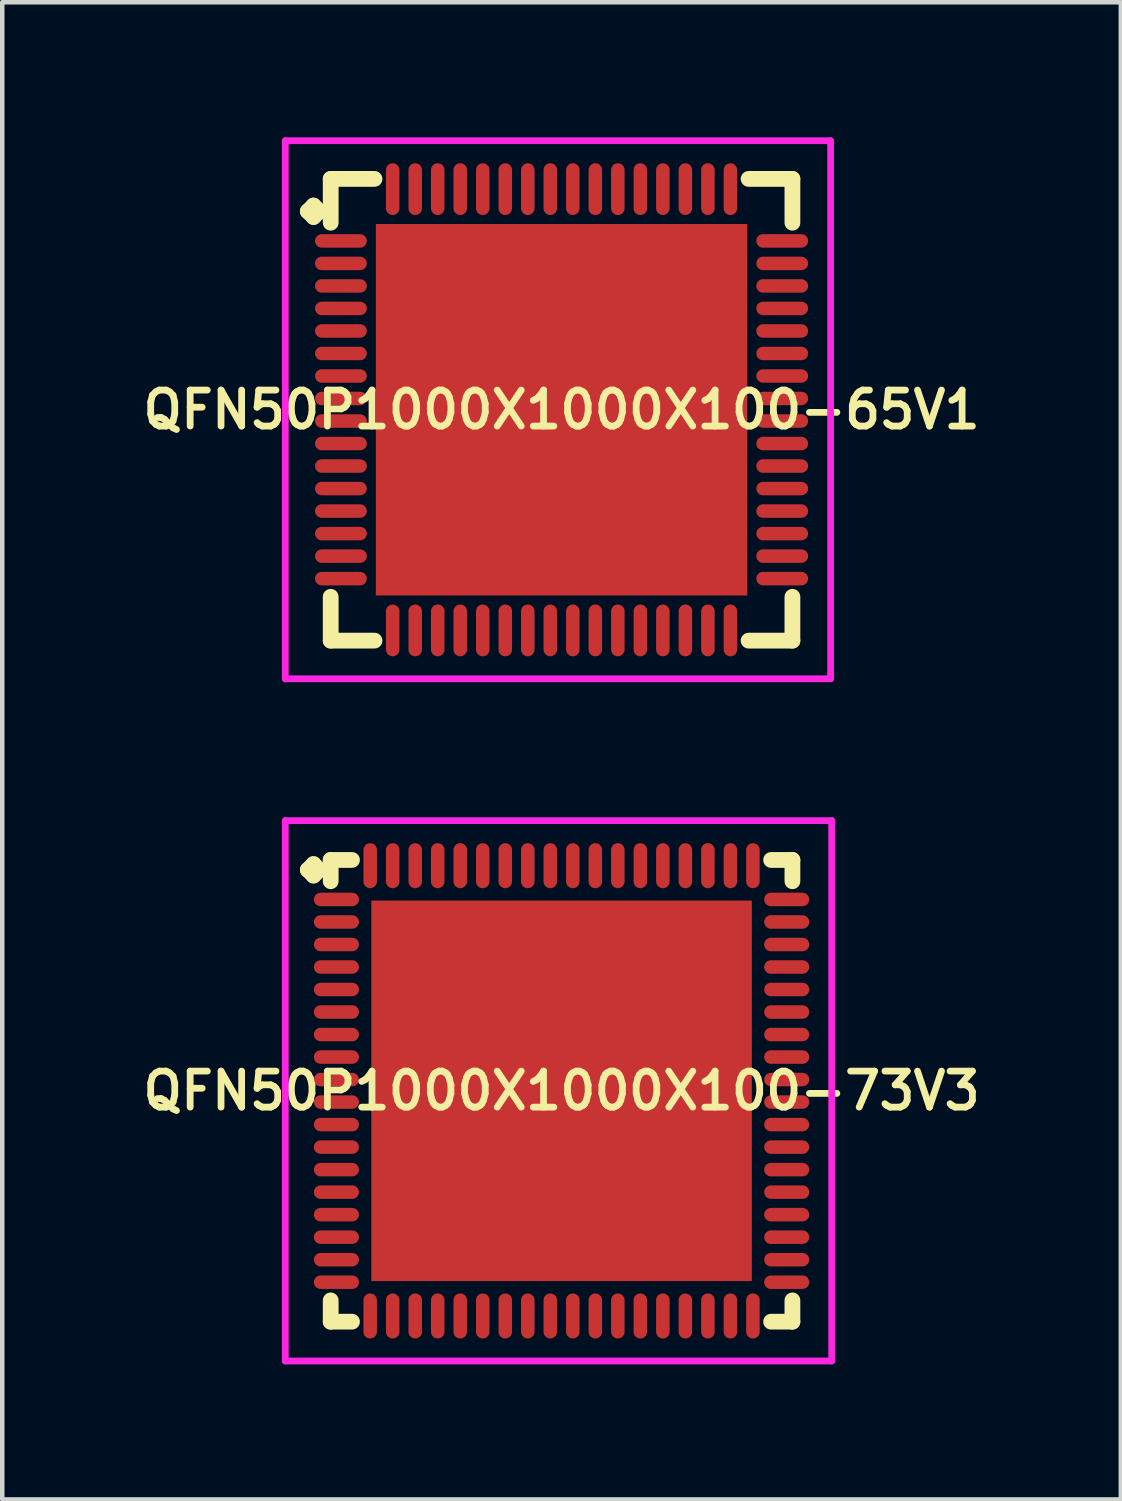
<source format=kicad_pcb>
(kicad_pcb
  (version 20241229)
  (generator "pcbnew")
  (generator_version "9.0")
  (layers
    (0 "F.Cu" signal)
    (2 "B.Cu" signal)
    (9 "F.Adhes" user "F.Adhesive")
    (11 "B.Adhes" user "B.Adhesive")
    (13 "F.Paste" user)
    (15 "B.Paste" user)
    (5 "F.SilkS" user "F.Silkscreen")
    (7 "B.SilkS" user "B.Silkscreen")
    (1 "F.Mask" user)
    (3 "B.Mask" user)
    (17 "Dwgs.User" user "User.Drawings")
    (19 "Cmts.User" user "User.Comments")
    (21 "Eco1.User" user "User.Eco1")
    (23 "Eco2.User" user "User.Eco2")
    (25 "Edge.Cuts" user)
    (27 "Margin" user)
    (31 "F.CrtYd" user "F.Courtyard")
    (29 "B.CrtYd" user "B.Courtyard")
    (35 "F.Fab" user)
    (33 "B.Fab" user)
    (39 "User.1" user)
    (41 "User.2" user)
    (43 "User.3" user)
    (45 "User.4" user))
  (footprint "QFN50P1000X1000X100-73V3"
    (layer "F.Cu")
    (at 9.421 21.175)
    (property "Reference" "QFN50P1000X1000X100-73V3" (at 0 0 0) (layer "F.SilkS") (effects (font (size 0.8 0.8) (thickness 0.15))))
    (attr smd)
    (fp_line (start -5.635 -4.908) (end -5.508 -5.035) (stroke (width 0.35) (type solid)) (layer "F.SilkS"))
    (fp_line (start -5.508 -5.035) (end -5.381 -4.908) (stroke (width 0.35) (type solid)) (layer "F.SilkS"))
    (fp_line (start -5.508 -4.781) (end -5.635 -4.908) (stroke (width 0.35) (type solid)) (layer "F.SilkS"))
    (fp_line (start -5.381 -4.908) (end -5.508 -4.781) (stroke (width 0.35) (type solid)) (layer "F.SilkS"))
    (fp_line (start -5.127 -5.127) (end -4.654 -5.127) (stroke (width 0.35) (type solid)) (layer "F.SilkS"))
    (fp_line (start -5.127 -4.654) (end -5.127 -5.127) (stroke (width 0.35) (type solid)) (layer "F.SilkS"))
    (fp_line (start -5.127 4.654) (end -5.127 5.127) (stroke (width 0.35) (type solid)) (layer "F.SilkS"))
    (fp_line (start -5.127 5.127) (end -4.654 5.127) (stroke (width 0.35) (type solid)) (layer "F.SilkS"))
    (fp_line (start 4.654 -5.127) (end 5.127 -5.127) (stroke (width 0.35) (type solid)) (layer "F.SilkS"))
    (fp_line (start 4.654 5.127) (end 5.127 5.127) (stroke (width 0.35) (type solid)) (layer "F.SilkS"))
    (fp_line (start 5.127 -5.127) (end 5.127 -4.654) (stroke (width 0.35) (type solid)) (layer "F.SilkS"))
    (fp_line (start 5.127 5.127) (end 5.127 4.654) (stroke (width 0.35) (type solid)) (layer "F.SilkS"))
    (fp_line (start -6.135 -6) (end 6 -6) (stroke (width 0.15) (type solid)) (layer "F.CrtYd"))
    (fp_line (start -6.135 6) (end -6.135 -6) (stroke (width 0.15) (type solid)) (layer "F.CrtYd"))
    (fp_line (start 6 -6) (end 6 6) (stroke (width 0.15) (type solid)) (layer "F.CrtYd"))
    (fp_line (start 6 6) (end -6.135 6) (stroke (width 0.15) (type solid)) (layer "F.CrtYd"))
    (pad "1" smd oval (at -5 -4.25) (size 1 0.3) (layers "F.Cu" "F.Mask" "F.Paste"))
    (pad "2" smd oval (at -5 -3.75) (size 1 0.3) (layers "F.Cu" "F.Mask" "F.Paste"))
    (pad "3" smd oval (at -5 -3.25) (size 1 0.3) (layers "F.Cu" "F.Mask" "F.Paste"))
    (pad "4" smd oval (at -5 -2.75) (size 1 0.3) (layers "F.Cu" "F.Mask" "F.Paste"))
    (pad "5" smd oval (at -5 -2.25) (size 1 0.3) (layers "F.Cu" "F.Mask" "F.Paste"))
    (pad "6" smd oval (at -5 -1.75) (size 1 0.3) (layers "F.Cu" "F.Mask" "F.Paste"))
    (pad "7" smd oval (at -5 -1.25) (size 1 0.3) (layers "F.Cu" "F.Mask" "F.Paste"))
    (pad "8" smd oval (at -5 -0.75) (size 1 0.3) (layers "F.Cu" "F.Mask" "F.Paste"))
    (pad "9" smd oval (at -5 -0.25) (size 1 0.3) (layers "F.Cu" "F.Mask" "F.Paste"))
    (pad "10" smd oval (at -5 0.25) (size 1 0.3) (layers "F.Cu" "F.Mask" "F.Paste"))
    (pad "11" smd oval (at -5 0.75) (size 1 0.3) (layers "F.Cu" "F.Mask" "F.Paste"))
    (pad "12" smd oval (at -5 1.25) (size 1 0.3) (layers "F.Cu" "F.Mask" "F.Paste"))
    (pad "13" smd oval (at -5 1.75) (size 1 0.3) (layers "F.Cu" "F.Mask" "F.Paste"))
    (pad "14" smd oval (at -5 2.25) (size 1 0.3) (layers "F.Cu" "F.Mask" "F.Paste"))
    (pad "15" smd oval (at -5 2.75) (size 1 0.3) (layers "F.Cu" "F.Mask" "F.Paste"))
    (pad "16" smd oval (at -5 3.25) (size 1 0.3) (layers "F.Cu" "F.Mask" "F.Paste"))
    (pad "17" smd oval (at -5 3.75) (size 1 0.3) (layers "F.Cu" "F.Mask" "F.Paste"))
    (pad "18" smd oval (at -5 4.25) (size 1 0.3) (layers "F.Cu" "F.Mask" "F.Paste"))
    (pad "19" smd oval (at -4.25 5) (size 0.3 1) (layers "F.Cu" "F.Mask" "F.Paste"))
    (pad "20" smd oval (at -3.75 5) (size 0.3 1) (layers "F.Cu" "F.Mask" "F.Paste"))
    (pad "21" smd oval (at -3.25 5) (size 0.3 1) (layers "F.Cu" "F.Mask" "F.Paste"))
    (pad "22" smd oval (at -2.75 5) (size 0.3 1) (layers "F.Cu" "F.Mask" "F.Paste"))
    (pad "23" smd oval (at -2.25 5) (size 0.3 1) (layers "F.Cu" "F.Mask" "F.Paste"))
    (pad "24" smd oval (at -1.75 5) (size 0.3 1) (layers "F.Cu" "F.Mask" "F.Paste"))
    (pad "25" smd oval (at -1.25 5) (size 0.3 1) (layers "F.Cu" "F.Mask" "F.Paste"))
    (pad "26" smd oval (at -0.75 5) (size 0.3 1) (layers "F.Cu" "F.Mask" "F.Paste"))
    (pad "27" smd oval (at -0.25 5) (size 0.3 1) (layers "F.Cu" "F.Mask" "F.Paste"))
    (pad "28" smd oval (at 0.25 5) (size 0.3 1) (layers "F.Cu" "F.Mask" "F.Paste"))
    (pad "29" smd oval (at 0.75 5) (size 0.3 1) (layers "F.Cu" "F.Mask" "F.Paste"))
    (pad "30" smd oval (at 1.25 5) (size 0.3 1) (layers "F.Cu" "F.Mask" "F.Paste"))
    (pad "31" smd oval (at 1.75 5) (size 0.3 1) (layers "F.Cu" "F.Mask" "F.Paste"))
    (pad "32" smd oval (at 2.25 5) (size 0.3 1) (layers "F.Cu" "F.Mask" "F.Paste"))
    (pad "33" smd oval (at 2.75 5) (size 0.3 1) (layers "F.Cu" "F.Mask" "F.Paste"))
    (pad "34" smd oval (at 3.25 5) (size 0.3 1) (layers "F.Cu" "F.Mask" "F.Paste"))
    (pad "35" smd oval (at 3.75 5) (size 0.3 1) (layers "F.Cu" "F.Mask" "F.Paste"))
    (pad "36" smd oval (at 4.25 5) (size 0.3 1) (layers "F.Cu" "F.Mask" "F.Paste"))
    (pad "37" smd oval (at 5 4.25) (size 1 0.3) (layers "F.Cu" "F.Mask" "F.Paste"))
    (pad "38" smd oval (at 5 3.75) (size 1 0.3) (layers "F.Cu" "F.Mask" "F.Paste"))
    (pad "39" smd oval (at 5 3.25) (size 1 0.3) (layers "F.Cu" "F.Mask" "F.Paste"))
    (pad "40" smd oval (at 5 2.75) (size 1 0.3) (layers "F.Cu" "F.Mask" "F.Paste"))
    (pad "41" smd oval (at 5 2.25) (size 1 0.3) (layers "F.Cu" "F.Mask" "F.Paste"))
    (pad "42" smd oval (at 5 1.75) (size 1 0.3) (layers "F.Cu" "F.Mask" "F.Paste"))
    (pad "43" smd oval (at 5 1.25) (size 1 0.3) (layers "F.Cu" "F.Mask" "F.Paste"))
    (pad "44" smd oval (at 5 0.75) (size 1 0.3) (layers "F.Cu" "F.Mask" "F.Paste"))
    (pad "45" smd oval (at 5 0.25) (size 1 0.3) (layers "F.Cu" "F.Mask" "F.Paste"))
    (pad "46" smd oval (at 5 -0.25) (size 1 0.3) (layers "F.Cu" "F.Mask" "F.Paste"))
    (pad "47" smd oval (at 5 -0.75) (size 1 0.3) (layers "F.Cu" "F.Mask" "F.Paste"))
    (pad "48" smd oval (at 5 -1.25) (size 1 0.3) (layers "F.Cu" "F.Mask" "F.Paste"))
    (pad "49" smd oval (at 5 -1.75) (size 1 0.3) (layers "F.Cu" "F.Mask" "F.Paste"))
    (pad "50" smd oval (at 5 -2.25) (size 1 0.3) (layers "F.Cu" "F.Mask" "F.Paste"))
    (pad "51" smd oval (at 5 -2.75) (size 1 0.3) (layers "F.Cu" "F.Mask" "F.Paste"))
    (pad "52" smd oval (at 5 -3.25) (size 1 0.3) (layers "F.Cu" "F.Mask" "F.Paste"))
    (pad "53" smd oval (at 5 -3.75) (size 1 0.3) (layers "F.Cu" "F.Mask" "F.Paste"))
    (pad "54" smd oval (at 5 -4.25) (size 1 0.3) (layers "F.Cu" "F.Mask" "F.Paste"))
    (pad "55" smd oval (at 4.25 -5) (size 0.3 1) (layers "F.Cu" "F.Mask" "F.Paste"))
    (pad "56" smd oval (at 3.75 -5) (size 0.3 1) (layers "F.Cu" "F.Mask" "F.Paste"))
    (pad "57" smd oval (at 3.25 -5) (size 0.3 1) (layers "F.Cu" "F.Mask" "F.Paste"))
    (pad "58" smd oval (at 2.75 -5) (size 0.3 1) (layers "F.Cu" "F.Mask" "F.Paste"))
    (pad "59" smd oval (at 2.25 -5) (size 0.3 1) (layers "F.Cu" "F.Mask" "F.Paste"))
    (pad "60" smd oval (at 1.75 -5) (size 0.3 1) (layers "F.Cu" "F.Mask" "F.Paste"))
    (pad "61" smd oval (at 1.25 -5) (size 0.3 1) (layers "F.Cu" "F.Mask" "F.Paste"))
    (pad "62" smd oval (at 0.75 -5) (size 0.3 1) (layers "F.Cu" "F.Mask" "F.Paste"))
    (pad "63" smd oval (at 0.25 -5) (size 0.3 1) (layers "F.Cu" "F.Mask" "F.Paste"))
    (pad "64" smd oval (at -0.25 -5) (size 0.3 1) (layers "F.Cu" "F.Mask" "F.Paste"))
    (pad "65" smd oval (at -0.75 -5) (size 0.3 1) (layers "F.Cu" "F.Mask" "F.Paste"))
    (pad "66" smd oval (at -1.25 -5) (size 0.3 1) (layers "F.Cu" "F.Mask" "F.Paste"))
    (pad "67" smd oval (at -1.75 -5) (size 0.3 1) (layers "F.Cu" "F.Mask" "F.Paste"))
    (pad "68" smd oval (at -2.25 -5) (size 0.3 1) (layers "F.Cu" "F.Mask" "F.Paste"))
    (pad "69" smd oval (at -2.75 -5) (size 0.3 1) (layers "F.Cu" "F.Mask" "F.Paste"))
    (pad "70" smd oval (at -3.25 -5) (size 0.3 1) (layers "F.Cu" "F.Mask" "F.Paste"))
    (pad "71" smd oval (at -3.75 -5) (size 0.3 1) (layers "F.Cu" "F.Mask" "F.Paste"))
    (pad "72" smd oval (at -4.25 -5) (size 0.3 1) (layers "F.Cu" "F.Mask" "F.Paste"))
    (pad "73" smd rect (at 0 0) (size 8.45 8.45) (layers "F.Cu" "F.Mask" "F.Paste")))
  (footprint "QFN50P1000X1000X100-65V1"
    (layer "F.Cu")
    (at 9.421 6.05)
    (property "Reference" "QFN50P1000X1000X100-65V1" (at 0 0 0) (layer "F.SilkS") (effects (font (size 0.8 0.8) (thickness 0.15))))
    (attr smd)
    (fp_line (start -5.635 -4.408) (end -5.508 -4.535) (stroke (width 0.35) (type solid)) (layer "F.SilkS"))
    (fp_line (start -5.508 -4.535) (end -5.381 -4.408) (stroke (width 0.35) (type solid)) (layer "F.SilkS"))
    (fp_line (start -5.508 -4.281) (end -5.635 -4.408) (stroke (width 0.35) (type solid)) (layer "F.SilkS"))
    (fp_line (start -5.381 -4.408) (end -5.508 -4.281) (stroke (width 0.35) (type solid)) (layer "F.SilkS"))
    (fp_line (start -5.127 -5.127) (end -4.154 -5.127) (stroke (width 0.35) (type solid)) (layer "F.SilkS"))
    (fp_line (start -5.127 -4.154) (end -5.127 -5.127) (stroke (width 0.35) (type solid)) (layer "F.SilkS"))
    (fp_line (start -5.127 4.154) (end -5.127 5.127) (stroke (width 0.35) (type solid)) (layer "F.SilkS"))
    (fp_line (start -5.127 5.127) (end -4.154 5.127) (stroke (width 0.35) (type solid)) (layer "F.SilkS"))
    (fp_line (start 4.154 -5.127) (end 5.127 -5.127) (stroke (width 0.35) (type solid)) (layer "F.SilkS"))
    (fp_line (start 4.154 5.127) (end 5.127 5.127) (stroke (width 0.35) (type solid)) (layer "F.SilkS"))
    (fp_line (start 5.127 -5.127) (end 5.127 -4.154) (stroke (width 0.35) (type solid)) (layer "F.SilkS"))
    (fp_line (start 5.127 5.127) (end 5.127 4.154) (stroke (width 0.35) (type solid)) (layer "F.SilkS"))
    (fp_line (start -6.135 -5.975) (end 5.975 -5.975) (stroke (width 0.15) (type solid)) (layer "F.CrtYd"))
    (fp_line (start -6.135 5.975) (end -6.135 -5.975) (stroke (width 0.15) (type solid)) (layer "F.CrtYd"))
    (fp_line (start 5.975 -5.975) (end 5.975 5.975) (stroke (width 0.15) (type solid)) (layer "F.CrtYd"))
    (fp_line (start 5.975 5.975) (end -6.135 5.975) (stroke (width 0.15) (type solid)) (layer "F.CrtYd"))
    (pad "1" smd oval (at -4.9 -3.75) (size 1.15 0.3) (layers "F.Cu" "F.Mask" "F.Paste"))
    (pad "2" smd oval (at -4.9 -3.25) (size 1.15 0.3) (layers "F.Cu" "F.Mask" "F.Paste"))
    (pad "3" smd oval (at -4.9 -2.75) (size 1.15 0.3) (layers "F.Cu" "F.Mask" "F.Paste"))
    (pad "4" smd oval (at -4.9 -2.25) (size 1.15 0.3) (layers "F.Cu" "F.Mask" "F.Paste"))
    (pad "5" smd oval (at -4.9 -1.75) (size 1.15 0.3) (layers "F.Cu" "F.Mask" "F.Paste"))
    (pad "6" smd oval (at -4.9 -1.25) (size 1.15 0.3) (layers "F.Cu" "F.Mask" "F.Paste"))
    (pad "7" smd oval (at -4.9 -0.75) (size 1.15 0.3) (layers "F.Cu" "F.Mask" "F.Paste"))
    (pad "8" smd oval (at -4.9 -0.25) (size 1.15 0.3) (layers "F.Cu" "F.Mask" "F.Paste"))
    (pad "9" smd oval (at -4.9 0.25) (size 1.15 0.3) (layers "F.Cu" "F.Mask" "F.Paste"))
    (pad "10" smd oval (at -4.9 0.75) (size 1.15 0.3) (layers "F.Cu" "F.Mask" "F.Paste"))
    (pad "11" smd oval (at -4.9 1.25) (size 1.15 0.3) (layers "F.Cu" "F.Mask" "F.Paste"))
    (pad "12" smd oval (at -4.9 1.75) (size 1.15 0.3) (layers "F.Cu" "F.Mask" "F.Paste"))
    (pad "13" smd oval (at -4.9 2.25) (size 1.15 0.3) (layers "F.Cu" "F.Mask" "F.Paste"))
    (pad "14" smd oval (at -4.9 2.75) (size 1.15 0.3) (layers "F.Cu" "F.Mask" "F.Paste"))
    (pad "15" smd oval (at -4.9 3.25) (size 1.15 0.3) (layers "F.Cu" "F.Mask" "F.Paste"))
    (pad "16" smd oval (at -4.9 3.75) (size 1.15 0.3) (layers "F.Cu" "F.Mask" "F.Paste"))
    (pad "17" smd oval (at -3.75 4.9) (size 0.3 1.15) (layers "F.Cu" "F.Mask" "F.Paste"))
    (pad "18" smd oval (at -3.25 4.9) (size 0.3 1.15) (layers "F.Cu" "F.Mask" "F.Paste"))
    (pad "19" smd oval (at -2.75 4.9) (size 0.3 1.15) (layers "F.Cu" "F.Mask" "F.Paste"))
    (pad "20" smd oval (at -2.25 4.9) (size 0.3 1.15) (layers "F.Cu" "F.Mask" "F.Paste"))
    (pad "21" smd oval (at -1.75 4.9) (size 0.3 1.15) (layers "F.Cu" "F.Mask" "F.Paste"))
    (pad "22" smd oval (at -1.25 4.9) (size 0.3 1.15) (layers "F.Cu" "F.Mask" "F.Paste"))
    (pad "23" smd oval (at -0.75 4.9) (size 0.3 1.15) (layers "F.Cu" "F.Mask" "F.Paste"))
    (pad "24" smd oval (at -0.25 4.9) (size 0.3 1.15) (layers "F.Cu" "F.Mask" "F.Paste"))
    (pad "25" smd oval (at 0.25 4.9) (size 0.3 1.15) (layers "F.Cu" "F.Mask" "F.Paste"))
    (pad "26" smd oval (at 0.75 4.9) (size 0.3 1.15) (layers "F.Cu" "F.Mask" "F.Paste"))
    (pad "27" smd oval (at 1.25 4.9) (size 0.3 1.15) (layers "F.Cu" "F.Mask" "F.Paste"))
    (pad "28" smd oval (at 1.75 4.9) (size 0.3 1.15) (layers "F.Cu" "F.Mask" "F.Paste"))
    (pad "29" smd oval (at 2.25 4.9) (size 0.3 1.15) (layers "F.Cu" "F.Mask" "F.Paste"))
    (pad "30" smd oval (at 2.75 4.9) (size 0.3 1.15) (layers "F.Cu" "F.Mask" "F.Paste"))
    (pad "31" smd oval (at 3.25 4.9) (size 0.3 1.15) (layers "F.Cu" "F.Mask" "F.Paste"))
    (pad "32" smd oval (at 3.75 4.9) (size 0.3 1.15) (layers "F.Cu" "F.Mask" "F.Paste"))
    (pad "33" smd oval (at 4.9 3.75) (size 1.15 0.3) (layers "F.Cu" "F.Mask" "F.Paste"))
    (pad "34" smd oval (at 4.9 3.25) (size 1.15 0.3) (layers "F.Cu" "F.Mask" "F.Paste"))
    (pad "35" smd oval (at 4.9 2.75) (size 1.15 0.3) (layers "F.Cu" "F.Mask" "F.Paste"))
    (pad "36" smd oval (at 4.9 2.25) (size 1.15 0.3) (layers "F.Cu" "F.Mask" "F.Paste"))
    (pad "37" smd oval (at 4.9 1.75) (size 1.15 0.3) (layers "F.Cu" "F.Mask" "F.Paste"))
    (pad "38" smd oval (at 4.9 1.25) (size 1.15 0.3) (layers "F.Cu" "F.Mask" "F.Paste"))
    (pad "39" smd oval (at 4.9 0.75) (size 1.15 0.3) (layers "F.Cu" "F.Mask" "F.Paste"))
    (pad "40" smd oval (at 4.9 0.25) (size 1.15 0.3) (layers "F.Cu" "F.Mask" "F.Paste"))
    (pad "41" smd oval (at 4.9 -0.25) (size 1.15 0.3) (layers "F.Cu" "F.Mask" "F.Paste"))
    (pad "42" smd oval (at 4.9 -0.75) (size 1.15 0.3) (layers "F.Cu" "F.Mask" "F.Paste"))
    (pad "43" smd oval (at 4.9 -1.25) (size 1.15 0.3) (layers "F.Cu" "F.Mask" "F.Paste"))
    (pad "44" smd oval (at 4.9 -1.75) (size 1.15 0.3) (layers "F.Cu" "F.Mask" "F.Paste"))
    (pad "45" smd oval (at 4.9 -2.25) (size 1.15 0.3) (layers "F.Cu" "F.Mask" "F.Paste"))
    (pad "46" smd oval (at 4.9 -2.75) (size 1.15 0.3) (layers "F.Cu" "F.Mask" "F.Paste"))
    (pad "47" smd oval (at 4.9 -3.25) (size 1.15 0.3) (layers "F.Cu" "F.Mask" "F.Paste"))
    (pad "48" smd oval (at 4.9 -3.75) (size 1.15 0.3) (layers "F.Cu" "F.Mask" "F.Paste"))
    (pad "49" smd oval (at 3.75 -4.9) (size 0.3 1.15) (layers "F.Cu" "F.Mask" "F.Paste"))
    (pad "50" smd oval (at 3.25 -4.9) (size 0.3 1.15) (layers "F.Cu" "F.Mask" "F.Paste"))
    (pad "51" smd oval (at 2.75 -4.9) (size 0.3 1.15) (layers "F.Cu" "F.Mask" "F.Paste"))
    (pad "52" smd oval (at 2.25 -4.9) (size 0.3 1.15) (layers "F.Cu" "F.Mask" "F.Paste"))
    (pad "53" smd oval (at 1.75 -4.9) (size 0.3 1.15) (layers "F.Cu" "F.Mask" "F.Paste"))
    (pad "54" smd oval (at 1.25 -4.9) (size 0.3 1.15) (layers "F.Cu" "F.Mask" "F.Paste"))
    (pad "55" smd oval (at 0.75 -4.9) (size 0.3 1.15) (layers "F.Cu" "F.Mask" "F.Paste"))
    (pad "56" smd oval (at 0.25 -4.9) (size 0.3 1.15) (layers "F.Cu" "F.Mask" "F.Paste"))
    (pad "57" smd oval (at -0.25 -4.9) (size 0.3 1.15) (layers "F.Cu" "F.Mask" "F.Paste"))
    (pad "58" smd oval (at -0.75 -4.9) (size 0.3 1.15) (layers "F.Cu" "F.Mask" "F.Paste"))
    (pad "59" smd oval (at -1.25 -4.9) (size 0.3 1.15) (layers "F.Cu" "F.Mask" "F.Paste"))
    (pad "60" smd oval (at -1.75 -4.9) (size 0.3 1.15) (layers "F.Cu" "F.Mask" "F.Paste"))
    (pad "61" smd oval (at -2.25 -4.9) (size 0.3 1.15) (layers "F.Cu" "F.Mask" "F.Paste"))
    (pad "62" smd oval (at -2.75 -4.9) (size 0.3 1.15) (layers "F.Cu" "F.Mask" "F.Paste"))
    (pad "63" smd oval (at -3.25 -4.9) (size 0.3 1.15) (layers "F.Cu" "F.Mask" "F.Paste"))
    (pad "64" smd oval (at -3.75 -4.9) (size 0.3 1.15) (layers "F.Cu" "F.Mask" "F.Paste"))
    (pad "65" smd rect (at 0 0) (size 8.25 8.25) (layers "F.Cu" "F.Mask" "F.Paste")))
  (gr_rect
    (start -3 -3)
    (end 21.842 30.25)
    (stroke (width 0.1) (type default))
    (fill no)
    (layer "Edge.Cuts")))
</source>
